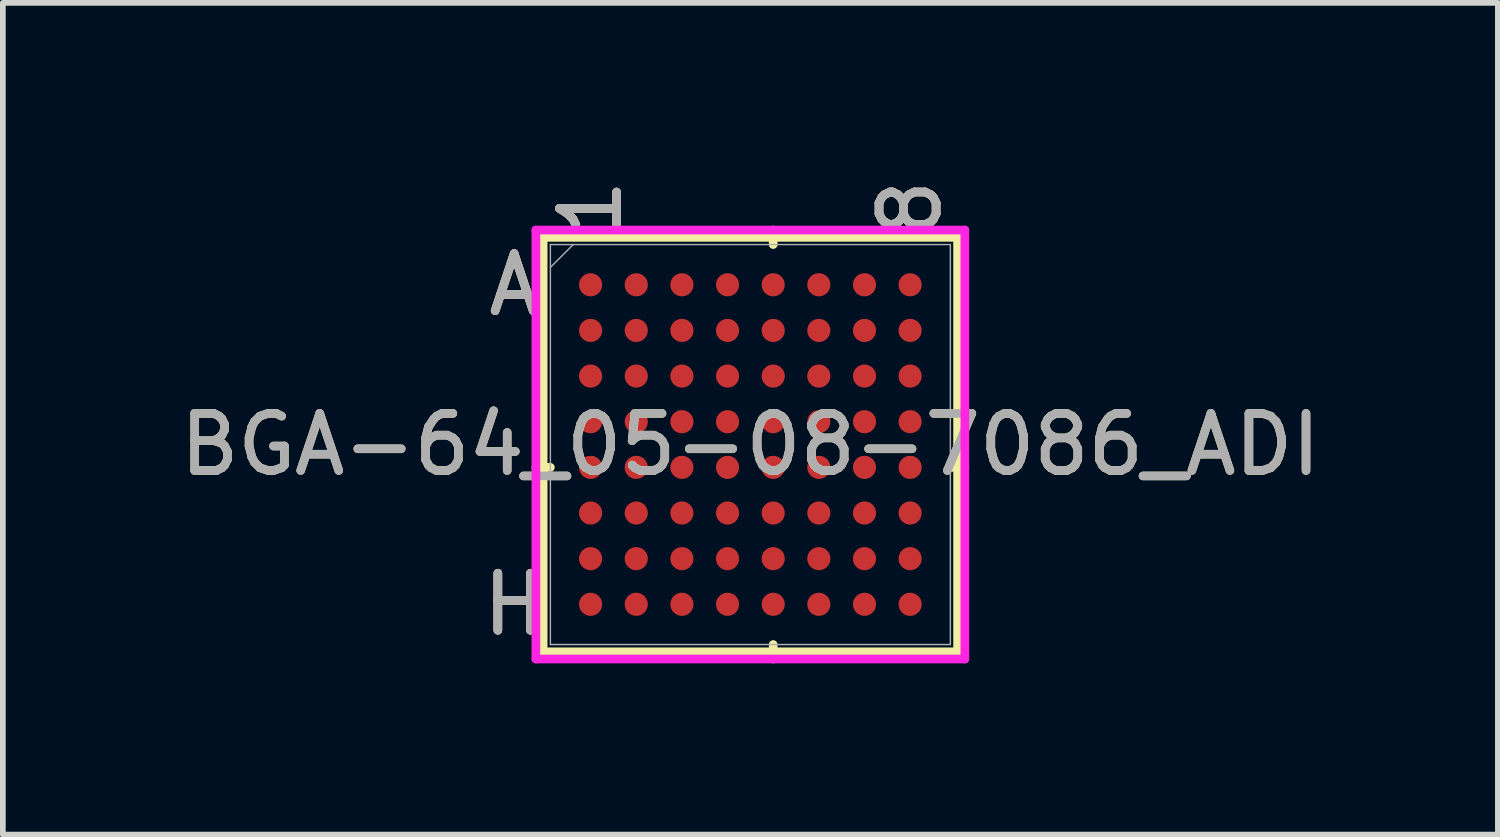
<source format=kicad_pcb>
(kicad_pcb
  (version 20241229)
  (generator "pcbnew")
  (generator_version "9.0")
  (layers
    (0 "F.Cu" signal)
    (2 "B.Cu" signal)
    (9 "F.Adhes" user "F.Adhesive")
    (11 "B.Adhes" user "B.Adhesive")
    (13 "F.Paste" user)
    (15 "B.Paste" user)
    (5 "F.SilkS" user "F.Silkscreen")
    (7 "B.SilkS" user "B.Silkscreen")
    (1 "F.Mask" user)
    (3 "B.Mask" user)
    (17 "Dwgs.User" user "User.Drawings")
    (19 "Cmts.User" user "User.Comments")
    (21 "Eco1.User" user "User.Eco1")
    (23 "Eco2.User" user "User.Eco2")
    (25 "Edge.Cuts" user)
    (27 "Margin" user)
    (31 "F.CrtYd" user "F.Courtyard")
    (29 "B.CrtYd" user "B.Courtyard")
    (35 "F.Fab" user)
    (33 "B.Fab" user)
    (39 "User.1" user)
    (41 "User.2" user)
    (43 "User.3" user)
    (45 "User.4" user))
  (footprint "BGA-64_05-08-7086_ADI"
    (layer "F.Cu")
    (at 10.101 4.741)
    (property "Reference" "BGA-64_05-08-7086_ADI" (at 0 0 0) (unlocked yes) (layer "F.SilkS") (effects (font (size 1 1) (thickness 0.15))))
    (attr smd)
    (fp_line (start -3.632 -3.632) (end -3.632 3.632) (stroke (width 0.152) (type solid)) (layer "F.SilkS"))
    (fp_line (start -3.632 3.632) (end 3.632 3.632) (stroke (width 0.152) (type solid)) (layer "F.SilkS"))
    (fp_line (start -3.505 0.4) (end -3.759 0.4) (stroke (width 0.152) (type solid)) (layer "F.SilkS"))
    (fp_line (start 0.4 -3.505) (end 0.4 -3.759) (stroke (width 0.152) (type solid)) (layer "F.SilkS"))
    (fp_line (start 0.4 3.505) (end 0.4 3.759) (stroke (width 0.152) (type solid)) (layer "F.SilkS"))
    (fp_line (start 3.505 0.4) (end 3.759 0.4) (stroke (width 0.152) (type solid)) (layer "F.SilkS"))
    (fp_line (start 3.632 -3.632) (end -3.632 -3.632) (stroke (width 0.152) (type solid)) (layer "F.SilkS"))
    (fp_line (start 3.632 3.632) (end 3.632 -3.632) (stroke (width 0.152) (type solid)) (layer "F.SilkS"))
    (fp_poly (pts (xy -3.644 -3.644) (xy 3.644 -3.644) (xy 3.644 3.644) (xy -3.644 3.644)) (stroke (width 0.1) (type solid)) (fill no) (layer "Eco2.User"))
    (fp_line (start -3.759 -3.759) (end 3.759 -3.759) (stroke (width 0.152) (type solid)) (layer "F.CrtYd"))
    (fp_line (start -3.759 3.759) (end -3.759 -3.759) (stroke (width 0.152) (type solid)) (layer "F.CrtYd"))
    (fp_line (start 3.759 -3.759) (end 3.759 3.759) (stroke (width 0.152) (type solid)) (layer "F.CrtYd"))
    (fp_line (start 3.759 3.759) (end -3.759 3.759) (stroke (width 0.152) (type solid)) (layer "F.CrtYd"))
    (fp_line (start -3.505 -3.505) (end -3.505 3.505) (stroke (width 0.025) (type solid)) (layer "F.Fab"))
    (fp_line (start -3.505 3.505) (end 3.505 3.505) (stroke (width 0.025) (type solid)) (layer "F.Fab"))
    (fp_line (start -3.105 -3.505) (end -3.505 -3.105) (stroke (width 0.025) (type solid)) (layer "F.Fab"))
    (fp_line (start 3.505 -3.505) (end -3.505 -3.505) (stroke (width 0.025) (type solid)) (layer "F.Fab"))
    (fp_line (start 3.505 3.505) (end 3.505 -3.505) (stroke (width 0.025) (type solid)) (layer "F.Fab"))
    (fp_text user "A" (at -4.14 -2.8 0) (unlocked yes) (layer "F.SilkS") (effects (font (size 1 1) (thickness 0.15))))
    (fp_text user "H" (at -4.14 2.8 0) (unlocked yes) (layer "F.SilkS") (effects (font (size 1 1) (thickness 0.15))))
    (fp_text user "1" (at -2.8 -4.14 90) (unlocked yes) (layer "F.SilkS") (effects (font (size 1 1) (thickness 0.15))))
    (fp_text user "8" (at 2.8 -4.14 90) (unlocked yes) (layer "F.SilkS") (effects (font (size 1 1) (thickness 0.15))))
    (fp_text user "1" (at -2.8 -4.14 90) (unlocked yes) (layer "B.SilkS") (effects (font (size 1 1) (thickness 0.15))))
    (fp_text user "8" (at 2.8 -4.14 90) (unlocked yes) (layer "B.SilkS") (effects (font (size 1 1) (thickness 0.15))))
    (fp_text user "H" (at -4.14 2.8 0) (unlocked yes) (layer "B.SilkS") (effects (font (size 1 1) (thickness 0.15))))
    (fp_text user "A" (at -4.14 -2.8 0) (unlocked yes) (layer "B.SilkS") (effects (font (size 1 1) (thickness 0.15))))
    (fp_text user "${REFERENCE}" (at 0 0 0) (unlocked yes) (layer "F.Fab") (effects (font (size 1 1) (thickness 0.15))))
    (fp_text user "H" (at -4.14 2.8 0) (unlocked yes) (layer "F.Fab") (effects (font (size 1 1) (thickness 0.15))))
    (fp_text user "1" (at -2.8 -4.14 90) (unlocked yes) (layer "F.Fab") (effects (font (size 1 1) (thickness 0.15))))
    (fp_text user "8" (at 2.8 -4.14 90) (unlocked yes) (layer "F.Fab") (effects (font (size 1 1) (thickness 0.15))))
    (fp_text user "A" (at -4.14 -2.8 0) (unlocked yes) (layer "F.Fab") (effects (font (size 1 1) (thickness 0.15))))
    (pad "A1" smd circle (at -2.8 -2.8) (size 0.406 0.406) (layers "F.Cu" "F.Mask" "F.Paste"))
    (pad "A2" smd circle (at -2 -2.8) (size 0.406 0.406) (layers "F.Cu" "F.Mask" "F.Paste"))
    (pad "A3" smd circle (at -1.2 -2.8) (size 0.406 0.406) (layers "F.Cu" "F.Mask" "F.Paste"))
    (pad "A4" smd circle (at -0.4 -2.8) (size 0.406 0.406) (layers "F.Cu" "F.Mask" "F.Paste"))
    (pad "A5" smd circle (at 0.4 -2.8) (size 0.406 0.406) (layers "F.Cu" "F.Mask" "F.Paste"))
    (pad "A6" smd circle (at 1.2 -2.8) (size 0.406 0.406) (layers "F.Cu" "F.Mask" "F.Paste"))
    (pad "A7" smd circle (at 2 -2.8) (size 0.406 0.406) (layers "F.Cu" "F.Mask" "F.Paste"))
    (pad "A8" smd circle (at 2.8 -2.8) (size 0.406 0.406) (layers "F.Cu" "F.Mask" "F.Paste"))
    (pad "B1" smd circle (at -2.8 -2) (size 0.406 0.406) (layers "F.Cu" "F.Mask" "F.Paste"))
    (pad "B2" smd circle (at -2 -2) (size 0.406 0.406) (layers "F.Cu" "F.Mask" "F.Paste"))
    (pad "B3" smd circle (at -1.2 -2) (size 0.406 0.406) (layers "F.Cu" "F.Mask" "F.Paste"))
    (pad "B4" smd circle (at -0.4 -2) (size 0.406 0.406) (layers "F.Cu" "F.Mask" "F.Paste"))
    (pad "B5" smd circle (at 0.4 -2) (size 0.406 0.406) (layers "F.Cu" "F.Mask" "F.Paste"))
    (pad "B6" smd circle (at 1.2 -2) (size 0.406 0.406) (layers "F.Cu" "F.Mask" "F.Paste"))
    (pad "B7" smd circle (at 2 -2) (size 0.406 0.406) (layers "F.Cu" "F.Mask" "F.Paste"))
    (pad "B8" smd circle (at 2.8 -2) (size 0.406 0.406) (layers "F.Cu" "F.Mask" "F.Paste"))
    (pad "C1" smd circle (at -2.8 -1.2) (size 0.406 0.406) (layers "F.Cu" "F.Mask" "F.Paste"))
    (pad "C2" smd circle (at -2 -1.2) (size 0.406 0.406) (layers "F.Cu" "F.Mask" "F.Paste"))
    (pad "C3" smd circle (at -1.2 -1.2) (size 0.406 0.406) (layers "F.Cu" "F.Mask" "F.Paste"))
    (pad "C4" smd circle (at -0.4 -1.2) (size 0.406 0.406) (layers "F.Cu" "F.Mask" "F.Paste"))
    (pad "C5" smd circle (at 0.4 -1.2) (size 0.406 0.406) (layers "F.Cu" "F.Mask" "F.Paste"))
    (pad "C6" smd circle (at 1.2 -1.2) (size 0.406 0.406) (layers "F.Cu" "F.Mask" "F.Paste"))
    (pad "C7" smd circle (at 2 -1.2) (size 0.406 0.406) (layers "F.Cu" "F.Mask" "F.Paste"))
    (pad "C8" smd circle (at 2.8 -1.2) (size 0.406 0.406) (layers "F.Cu" "F.Mask" "F.Paste"))
    (pad "D1" smd circle (at -2.8 -0.4) (size 0.406 0.406) (layers "F.Cu" "F.Mask" "F.Paste"))
    (pad "D2" smd circle (at -2 -0.4) (size 0.406 0.406) (layers "F.Cu" "F.Mask" "F.Paste"))
    (pad "D3" smd circle (at -1.2 -0.4) (size 0.406 0.406) (layers "F.Cu" "F.Mask" "F.Paste"))
    (pad "D4" smd circle (at -0.4 -0.4) (size 0.406 0.406) (layers "F.Cu" "F.Mask" "F.Paste"))
    (pad "D5" smd circle (at 0.4 -0.4) (size 0.406 0.406) (layers "F.Cu" "F.Mask" "F.Paste"))
    (pad "D6" smd circle (at 1.2 -0.4) (size 0.406 0.406) (layers "F.Cu" "F.Mask" "F.Paste"))
    (pad "D7" smd circle (at 2 -0.4) (size 0.406 0.406) (layers "F.Cu" "F.Mask" "F.Paste"))
    (pad "D8" smd circle (at 2.8 -0.4) (size 0.406 0.406) (layers "F.Cu" "F.Mask" "F.Paste"))
    (pad "E1" smd circle (at -2.8 0.4) (size 0.406 0.406) (layers "F.Cu" "F.Mask" "F.Paste"))
    (pad "E2" smd circle (at -2 0.4) (size 0.406 0.406) (layers "F.Cu" "F.Mask" "F.Paste"))
    (pad "E3" smd circle (at -1.2 0.4) (size 0.406 0.406) (layers "F.Cu" "F.Mask" "F.Paste"))
    (pad "E4" smd circle (at -0.4 0.4) (size 0.406 0.406) (layers "F.Cu" "F.Mask" "F.Paste"))
    (pad "E5" smd circle (at 0.4 0.4) (size 0.406 0.406) (layers "F.Cu" "F.Mask" "F.Paste"))
    (pad "E6" smd circle (at 1.2 0.4) (size 0.406 0.406) (layers "F.Cu" "F.Mask" "F.Paste"))
    (pad "E7" smd circle (at 2 0.4) (size 0.406 0.406) (layers "F.Cu" "F.Mask" "F.Paste"))
    (pad "E8" smd circle (at 2.8 0.4) (size 0.406 0.406) (layers "F.Cu" "F.Mask" "F.Paste"))
    (pad "F1" smd circle (at -2.8 1.2) (size 0.406 0.406) (layers "F.Cu" "F.Mask" "F.Paste"))
    (pad "F2" smd circle (at -2 1.2) (size 0.406 0.406) (layers "F.Cu" "F.Mask" "F.Paste"))
    (pad "F3" smd circle (at -1.2 1.2) (size 0.406 0.406) (layers "F.Cu" "F.Mask" "F.Paste"))
    (pad "F4" smd circle (at -0.4 1.2) (size 0.406 0.406) (layers "F.Cu" "F.Mask" "F.Paste"))
    (pad "F5" smd circle (at 0.4 1.2) (size 0.406 0.406) (layers "F.Cu" "F.Mask" "F.Paste"))
    (pad "F6" smd circle (at 1.2 1.2) (size 0.406 0.406) (layers "F.Cu" "F.Mask" "F.Paste"))
    (pad "F7" smd circle (at 2 1.2) (size 0.406 0.406) (layers "F.Cu" "F.Mask" "F.Paste"))
    (pad "F8" smd circle (at 2.8 1.2) (size 0.406 0.406) (layers "F.Cu" "F.Mask" "F.Paste"))
    (pad "G1" smd circle (at -2.8 2) (size 0.406 0.406) (layers "F.Cu" "F.Mask" "F.Paste"))
    (pad "G2" smd circle (at -2 2) (size 0.406 0.406) (layers "F.Cu" "F.Mask" "F.Paste"))
    (pad "G3" smd circle (at -1.2 2) (size 0.406 0.406) (layers "F.Cu" "F.Mask" "F.Paste"))
    (pad "G4" smd circle (at -0.4 2) (size 0.406 0.406) (layers "F.Cu" "F.Mask" "F.Paste"))
    (pad "G5" smd circle (at 0.4 2) (size 0.406 0.406) (layers "F.Cu" "F.Mask" "F.Paste"))
    (pad "G6" smd circle (at 1.2 2) (size 0.406 0.406) (layers "F.Cu" "F.Mask" "F.Paste"))
    (pad "G7" smd circle (at 2 2) (size 0.406 0.406) (layers "F.Cu" "F.Mask" "F.Paste"))
    (pad "G8" smd circle (at 2.8 2) (size 0.406 0.406) (layers "F.Cu" "F.Mask" "F.Paste"))
    (pad "H1" smd circle (at -2.8 2.8) (size 0.406 0.406) (layers "F.Cu" "F.Mask" "F.Paste"))
    (pad "H2" smd circle (at -2 2.8) (size 0.406 0.406) (layers "F.Cu" "F.Mask" "F.Paste"))
    (pad "H3" smd circle (at -1.2 2.8) (size 0.406 0.406) (layers "F.Cu" "F.Mask" "F.Paste"))
    (pad "H4" smd circle (at -0.4 2.8) (size 0.406 0.406) (layers "F.Cu" "F.Mask" "F.Paste"))
    (pad "H5" smd circle (at 0.4 2.8) (size 0.406 0.406) (layers "F.Cu" "F.Mask" "F.Paste"))
    (pad "H6" smd circle (at 1.2 2.8) (size 0.406 0.406) (layers "F.Cu" "F.Mask" "F.Paste"))
    (pad "H7" smd circle (at 2 2.8) (size 0.406 0.406) (layers "F.Cu" "F.Mask" "F.Paste"))
    (pad "H8" smd circle (at 2.8 2.8) (size 0.406 0.406) (layers "F.Cu" "F.Mask" "F.Paste")))
  (gr_rect
    (start -3 -3)
    (end 23.202 11.577)
    (stroke (width 0.1) (type default))
    (fill no)
    (layer "Edge.Cuts")))
</source>
